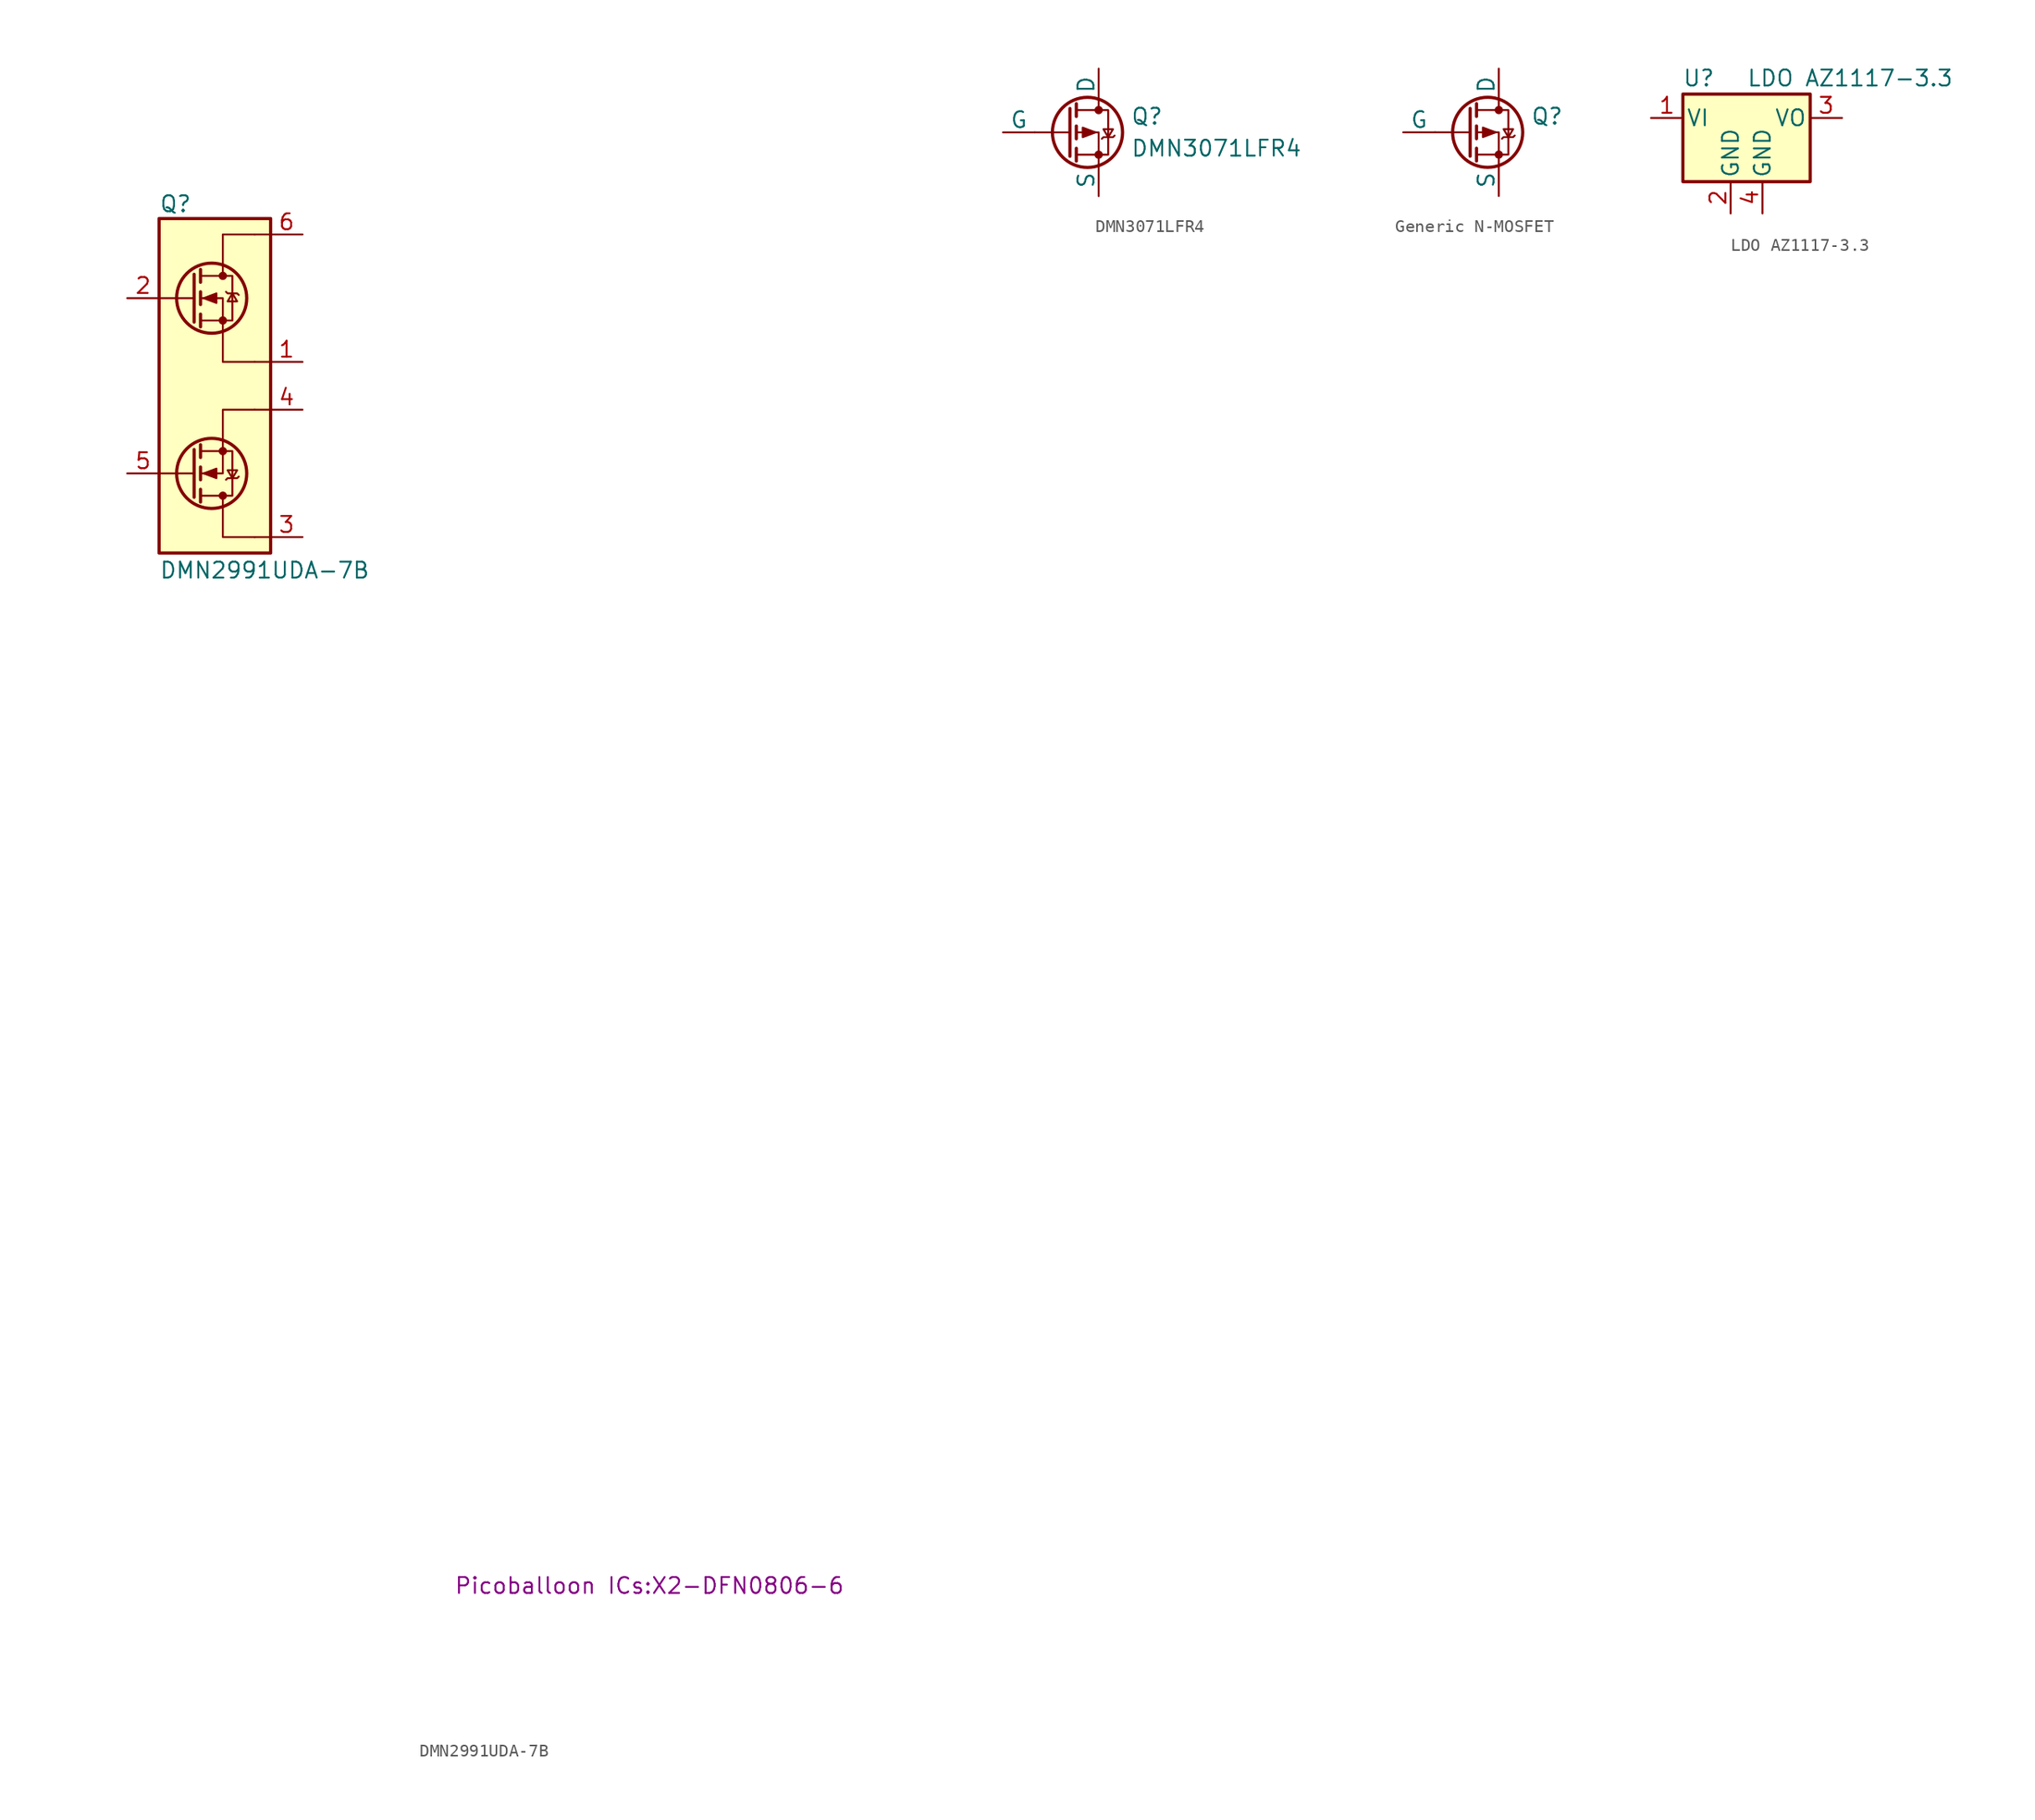
<source format=kicad_sym>
(kicad_symbol_lib
  (version 20231120)
  (generator "kicad_symbol_editor")
  (generator_version "8.0")
  (symbol "DMN2991UDA-7B"
    (property "Reference" "Q"
      (at -4.445 15.24 0)
      (effects (font (size 1.27 1.27)) (justify left top)))
    (property "Value" "DMN2991UDA-7B"
      (at -4.445 -13.97 0)
      (effects (font (size 1.27 1.27)) (justify left top)))
    (property "Footprint" "Picoballoon ICs:X2-DFN0806-6"
      (at 19.05 -94.92 0)
      (effects (font (size 1.27 1.27)) (justify left top)))
    (symbol "DMN2991UDA-7B_0_1"
      (circle (center -0.254 -6.985) (radius 2.794) (stroke (width 0.254) (type default)) (fill (type none)))
      (circle (center -0.254 6.985) (radius 2.794) (stroke (width 0.254) (type default)) (fill (type none)))
      (polyline (pts (xy -1.651 -8.89) (xy -1.651 -5.08)) (stroke (width 0.254) (type default)) (fill (type none)))
      (polyline (pts (xy -1.651 -6.985) (xy -4.445 -6.985)) (stroke (width 0) (type default)) (fill (type none)))
      (polyline (pts (xy -1.651 6.985) (xy -4.445 6.985)) (stroke (width 0) (type default)) (fill (type none)))
      (polyline (pts (xy -1.651 8.89) (xy -1.651 5.08)) (stroke (width 0.254) (type default)) (fill (type none)))
      (polyline (pts (xy -1.143 -9.271) (xy -1.143 -8.255)) (stroke (width 0.254) (type default)) (fill (type none)))
      (polyline (pts (xy -1.143 -7.493) (xy -1.143 -6.477)) (stroke (width 0.254) (type default)) (fill (type none)))
      (polyline (pts (xy -1.143 -5.715) (xy -1.143 -4.699)) (stroke (width 0.254) (type default)) (fill (type none)))
      (polyline (pts (xy -1.143 5.715) (xy -1.143 4.699)) (stroke (width 0.254) (type default)) (fill (type none)))
      (polyline (pts (xy -1.143 7.493) (xy -1.143 6.477)) (stroke (width 0.254) (type default)) (fill (type none)))
      (polyline (pts (xy -1.143 9.271) (xy -1.143 8.255)) (stroke (width 0.254) (type default)) (fill (type none)))
      (polyline (pts (xy 0.635 -9.525) (xy 0.635 -8.763)) (stroke (width 0) (type default)) (fill (type none)))
      (polyline (pts (xy 0.635 9.525) (xy 0.635 8.763)) (stroke (width 0) (type default)) (fill (type none)))
      (polyline (pts (xy 4.445 -12.065) (xy 3.175 -12.065)) (stroke (width 0) (type default)) (fill (type none)))
      (polyline (pts (xy 4.445 -1.905) (xy 3.175 -1.905)) (stroke (width 0) (type default)) (fill (type none)))
      (polyline (pts (xy 4.445 1.905) (xy 3.175 1.905)) (stroke (width 0) (type default)) (fill (type none)))
      (polyline (pts (xy 4.445 12.065) (xy 3.175 12.065)) (stroke (width 0) (type default)) (fill (type none)))
      (polyline (pts (xy 0.635 -4.445) (xy 0.635 -6.985) (xy -1.143 -6.985)) (stroke (width 0) (type default)) (fill (type none)))
      (polyline (pts (xy 0.635 -4.445) (xy 0.635 -1.905) (xy 3.175 -1.905)) (stroke (width 0) (type default)) (fill (type none)))
      (polyline (pts (xy 0.635 4.445) (xy 0.635 1.905) (xy 3.175 1.905)) (stroke (width 0) (type default)) (fill (type none)))
      (polyline (pts (xy 0.635 4.445) (xy 0.635 6.985) (xy -1.143 6.985)) (stroke (width 0) (type default)) (fill (type none)))
      (polyline (pts (xy 3.175 -12.065) (xy 0.635 -12.065) (xy 0.635 -9.525)) (stroke (width 0) (type default)) (fill (type none)))
      (polyline (pts (xy 3.175 12.065) (xy 0.635 12.065) (xy 0.635 9.525)) (stroke (width 0) (type default)) (fill (type none)))
      (polyline (pts (xy -1.143 -5.207) (xy 1.397 -5.207) (xy 1.397 -8.763) (xy -1.143 -8.763)) (stroke (width 0) (type default)) (fill (type none)))
      (polyline (pts (xy -1.143 5.207) (xy 1.397 5.207) (xy 1.397 8.763) (xy -1.143 8.763)) (stroke (width 0) (type default)) (fill (type none)))
      (polyline (pts (xy -0.889 -6.985) (xy 0.127 -7.366) (xy 0.127 -6.604) (xy -0.889 -6.985)) (stroke (width 0) (type default)) (fill (type outline)))
      (polyline (pts (xy -0.889 6.985) (xy 0.127 7.366) (xy 0.127 6.604) (xy -0.889 6.985)) (stroke (width 0) (type default)) (fill (type outline)))
      (polyline (pts (xy 0.889 -7.493) (xy 1.016 -7.366) (xy 1.778 -7.366) (xy 1.905 -7.239)) (stroke (width 0) (type default)) (fill (type none)))
      (polyline (pts (xy 0.889 7.493) (xy 1.016 7.366) (xy 1.778 7.366) (xy 1.905 7.239)) (stroke (width 0) (type default)) (fill (type none)))
      (polyline (pts (xy 1.397 -7.366) (xy 1.016 -6.731) (xy 1.778 -6.731) (xy 1.397 -7.366)) (stroke (width 0) (type default)) (fill (type none)))
      (polyline (pts (xy 1.397 7.366) (xy 1.016 6.731) (xy 1.778 6.731) (xy 1.397 7.366)) (stroke (width 0) (type default)) (fill (type none)))
      (circle (center 0.635 -8.763) (radius 0.254) (stroke (width 0) (type default)) (fill (type outline)))
      (circle (center 0.635 -5.207) (radius 0.254) (stroke (width 0) (type default)) (fill (type outline)))
      (circle (center 0.635 5.207) (radius 0.254) (stroke (width 0) (type default)) (fill (type outline)))
      (circle (center 0.635 8.763) (radius 0.254) (stroke (width 0) (type default)) (fill (type outline))))
    (symbol "DMN2991UDA-7B_1_1"
      (rectangle (start -4.445 13.335) (end 4.445 -13.335) (stroke (width 0.254) (type default)) (fill (type background)))
      (pin passive line (at 6.985 1.905 180) (length 2.54) (name "~" (effects (font (size 1.27 1.27)))) (number "1" (effects (font (size 1.27 1.27)))))
      (pin passive line (at -6.985 6.985 0) (length 2.54) (name "~" (effects (font (size 1.27 1.27)))) (number "2" (effects (font (size 1.27 1.27)))))
      (pin passive line (at 6.985 -12.065 180) (length 2.54) (name "~" (effects (font (size 1.27 1.27)))) (number "3" (effects (font (size 1.27 1.27)))))
      (pin passive line (at 6.985 -1.905 180) (length 2.54) (name "~" (effects (font (size 1.27 1.27)))) (number "4" (effects (font (size 1.27 1.27)))))
      (pin passive line (at -6.985 -6.985 0) (length 2.54) (name "~" (effects (font (size 1.27 1.27)))) (number "5" (effects (font (size 1.27 1.27)))))
      (pin passive line (at 6.985 12.065 180) (length 2.54) (name "~" (effects (font (size 1.27 1.27)))) (number "6" (effects (font (size 1.27 1.27)))))))
  (symbol "DMN3071LFR4"
    (pin_numbers hide)
    (pin_names
      (offset 0))
    (property "Reference" "Q"
      (at 5.08 1.27 0)
      (effects (font (size 1.27 1.27)) (justify left)))
    (property "Value" "DMN3071LFR4"
      (at 5.08 -1.27 0)
      (effects (font (size 1.27 1.27)) (justify left)))
    (symbol "DMN3071LFR4_0_1"
      (polyline (pts (xy 0.254 0) (xy -2.54 0)) (stroke (width 0) (type default)) (fill (type none)))
      (polyline (pts (xy 0.254 1.905) (xy 0.254 -1.905)) (stroke (width 0.254) (type default)) (fill (type none)))
      (polyline (pts (xy 0.762 -1.27) (xy 0.762 -2.286)) (stroke (width 0.254) (type default)) (fill (type none)))
      (polyline (pts (xy 0.762 0.508) (xy 0.762 -0.508)) (stroke (width 0.254) (type default)) (fill (type none)))
      (polyline (pts (xy 0.762 2.286) (xy 0.762 1.27)) (stroke (width 0.254) (type default)) (fill (type none)))
      (polyline (pts (xy 2.54 2.54) (xy 2.54 1.778)) (stroke (width 0) (type default)) (fill (type none)))
      (polyline (pts (xy 2.54 -2.54) (xy 2.54 0) (xy 0.762 0)) (stroke (width 0) (type default)) (fill (type none)))
      (polyline (pts (xy 0.762 1.778) (xy 3.302 1.778) (xy 3.302 -1.778) (xy 0.762 -1.778)) (stroke (width 0) (type default)) (fill (type none)))
      (polyline (pts (xy 2.286 0) (xy 1.27 0.381) (xy 1.27 -0.381) (xy 2.286 0)) (stroke (width 0) (type default)) (fill (type outline)))
      (polyline (pts (xy 2.794 -0.508) (xy 2.921 -0.381) (xy 3.683 -0.381) (xy 3.81 -0.254)) (stroke (width 0) (type default)) (fill (type none)))
      (polyline (pts (xy 3.302 -0.381) (xy 2.921 0.254) (xy 3.683 0.254) (xy 3.302 -0.381)) (stroke (width 0) (type default)) (fill (type none)))
      (circle (center 1.651 0) (radius 2.794) (stroke (width 0.254) (type default)) (fill (type none)))
      (circle (center 2.54 -1.778) (radius 0.254) (stroke (width 0) (type default)) (fill (type outline)))
      (circle (center 2.54 1.778) (radius 0.254) (stroke (width 0) (type default)) (fill (type outline))))
    (symbol "DMN3071LFR4_1_1"
      (pin input line (at -5.08 0 0) (length 2.54) (name "G" (effects (font (size 1.27 1.27)))) (number "1" (effects (font (size 1.27 1.27)))))
      (pin passive line (at 2.54 -5.08 90) (length 2.54) (name "S" (effects (font (size 1.27 1.27)))) (number "2" (effects (font (size 1.27 1.27)))))
      (pin passive line (at 2.54 5.08 270) (length 2.54) (name "D" (effects (font (size 1.27 1.27)))) (number "3" (effects (font (size 1.27 1.27)))))
      (pin passive line (at 2.54 5.08 270) (length 2.54) hide (name "D" (effects (font (size 1.27 1.27)))) (number "4" (effects (font (size 1.27 1.27)))))))
  (symbol "Generic N-MOSFET"
    (pin_numbers hide)
    (pin_names
      (offset 0))
    (property "Reference" "Q"
      (at 5.08 1.27 0)
      (effects (font (size 1.27 1.27)) (justify left)))
    (symbol "Generic N-MOSFET_0_1"
      (polyline (pts (xy 0.254 0) (xy -2.54 0)) (stroke (width 0) (type default)) (fill (type none)))
      (polyline (pts (xy 0.254 1.905) (xy 0.254 -1.905)) (stroke (width 0.254) (type default)) (fill (type none)))
      (polyline (pts (xy 0.762 -1.27) (xy 0.762 -2.286)) (stroke (width 0.254) (type default)) (fill (type none)))
      (polyline (pts (xy 0.762 0.508) (xy 0.762 -0.508)) (stroke (width 0.254) (type default)) (fill (type none)))
      (polyline (pts (xy 0.762 2.286) (xy 0.762 1.27)) (stroke (width 0.254) (type default)) (fill (type none)))
      (polyline (pts (xy 2.54 2.54) (xy 2.54 1.778)) (stroke (width 0) (type default)) (fill (type none)))
      (polyline (pts (xy 2.54 -2.54) (xy 2.54 0) (xy 0.762 0)) (stroke (width 0) (type default)) (fill (type none)))
      (polyline (pts (xy 0.762 1.778) (xy 3.302 1.778) (xy 3.302 -1.778) (xy 0.762 -1.778)) (stroke (width 0) (type default)) (fill (type none)))
      (polyline (pts (xy 2.286 0) (xy 1.27 0.381) (xy 1.27 -0.381) (xy 2.286 0)) (stroke (width 0) (type default)) (fill (type outline)))
      (polyline (pts (xy 2.794 -0.508) (xy 2.921 -0.381) (xy 3.683 -0.381) (xy 3.81 -0.254)) (stroke (width 0) (type default)) (fill (type none)))
      (polyline (pts (xy 3.302 -0.381) (xy 2.921 0.254) (xy 3.683 0.254) (xy 3.302 -0.381)) (stroke (width 0) (type default)) (fill (type none)))
      (circle (center 1.651 0) (radius 2.794) (stroke (width 0.254) (type default)) (fill (type none)))
      (circle (center 2.54 -1.778) (radius 0.254) (stroke (width 0) (type default)) (fill (type outline)))
      (circle (center 2.54 1.778) (radius 0.254) (stroke (width 0) (type default)) (fill (type outline))))
    (symbol "Generic N-MOSFET_1_1"
      (pin input line (at -5.08 0 0) (length 2.54) (name "G" (effects (font (size 1.27 1.27)))) (number "1" (effects (font (size 1.27 1.27)))))
      (pin passive line (at 2.54 -5.08 90) (length 2.54) (name "S" (effects (font (size 1.27 1.27)))) (number "2" (effects (font (size 1.27 1.27)))))
      (pin passive line (at 2.54 5.08 270) (length 2.54) (name "D" (effects (font (size 1.27 1.27)))) (number "3" (effects (font (size 1.27 1.27)))))))
  (symbol "LDO AZ1117-3.3"
    (pin_names
      (offset 0.254))
    (property "Reference" "U"
      (at -3.81 3.175 0)
      (effects (font (size 1.27 1.27))))
    (property "Value" "LDO AZ1117-3.3"
      (at 0 3.175 0)
      (effects (font (size 1.27 1.27)) (justify left)))
    (symbol "LDO AZ1117-3.3_0_1"
      (rectangle (start -5.08 1.905) (end 5.08 -5.08) (stroke (width 0.254) (type default)) (fill (type background))))
    (symbol "LDO AZ1117-3.3_1_1"
      (pin power_in line (at -7.62 0 0) (length 2.54) (name "VI" (effects (font (size 1.27 1.27)))) (number "1" (effects (font (size 1.27 1.27)))))
      (pin power_in line (at -1.27 -7.62 90) (length 2.54) (name "GND" (effects (font (size 1.27 1.27)))) (number "2" (effects (font (size 1.27 1.27)))))
      (pin power_out line (at 7.62 0 180) (length 2.54) (name "VO" (effects (font (size 1.27 1.27)))) (number "3" (effects (font (size 1.27 1.27)))))
      (pin power_in line (at 1.27 -7.62 90) (length 2.54) (name "GND" (effects (font (size 1.27 1.27)))) (number "4" (effects (font (size 1.27 1.27))))))))
</source>
